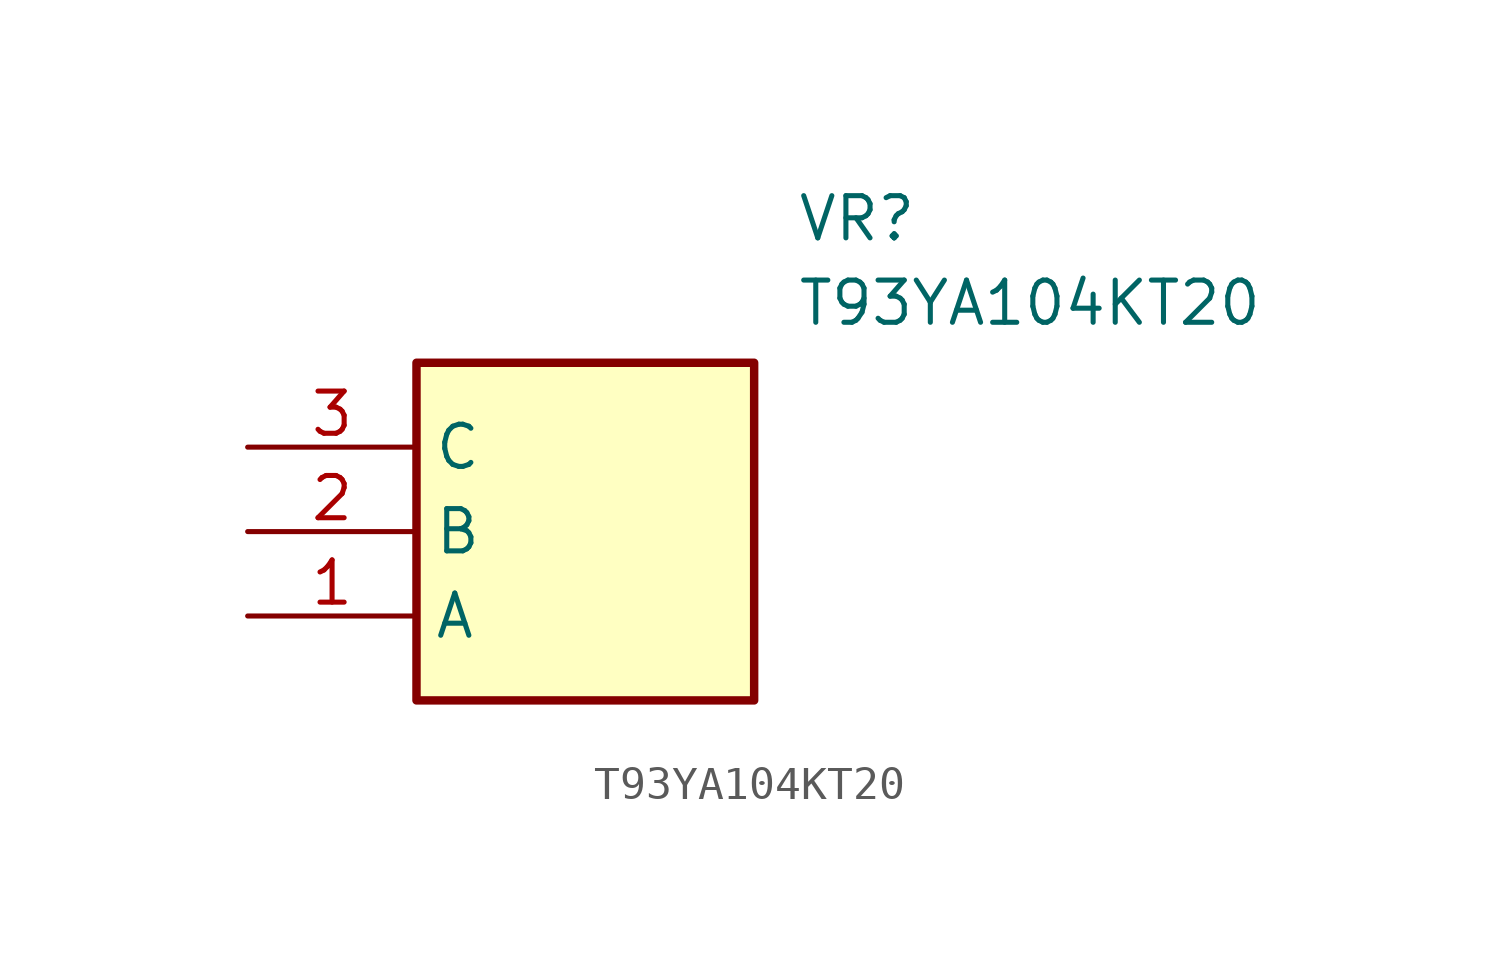
<source format=kicad_sym>
(kicad_symbol_lib
  (version 20211014)
  (generator SamacSys_ECAD_Model)
  (symbol "T93YA104KT20"
    (property "Reference" "VR"
      (at 16.51 7.62 0)
      (effects (font (size 1.27 1.27)) (justify left top)))
    (property "Value" "T93YA104KT20"
      (at 16.51 5.08 0)
      (effects (font (size 1.27 1.27)) (justify left top)))
    (rectangle
      (start 5.08 2.54)
      (end 15.24 -7.62)
      (stroke (width 0.254) (type default))
      (fill (type background)))
    (pin passive line
      (at 0 -5.08 0)
      (length 5.08)
      (name "A" (effects (font (size 1.27 1.27))))
      (number "1" (effects (font (size 1.27 1.27)))))
    (pin passive line
      (at 0 -2.54 0)
      (length 5.08)
      (name "B" (effects (font (size 1.27 1.27))))
      (number "2" (effects (font (size 1.27 1.27)))))
    (pin passive line
      (at 0 0 0)
      (length 5.08)
      (name "C" (effects (font (size 1.27 1.27))))
      (number "3" (effects (font (size 1.27 1.27)))))))
</source>
